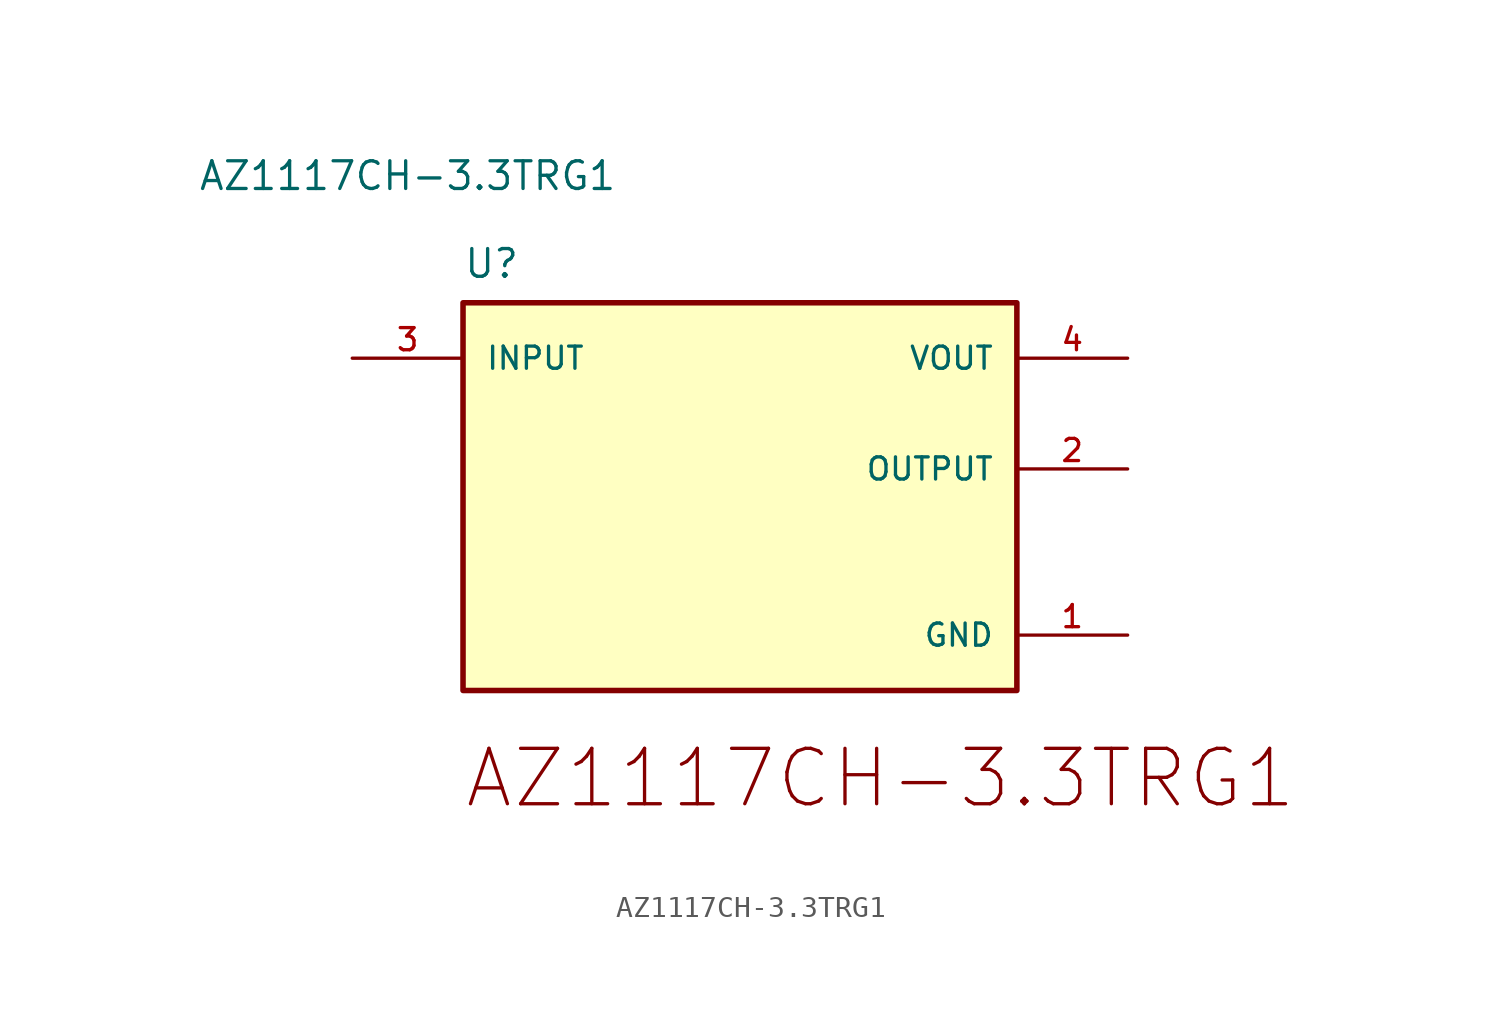
<source format=kicad_sym>
(kicad_symbol_lib
  (version 20211014)
  (generator kicad_symbol_editor)
  (symbol "AZ1117CH-3.3TRG1"
    (pin_names
      (offset 1.016))
    (property "Reference" "U"
      (at 2.54 -2.54 0)
      (effects (font (size 1.27 1.27)) (justify top left)))
    (property "Value" "AZ1117CH-3.3TRG1"
      (at 0 0.0 0)
      (effects (font (size 1.27 1.27)) (justify bottom)))
    (symbol "AZ1117CH-3.3TRG1_0_0"
      (text "AZ1117CH-3.3TRG1" (at 2.54 -25.4 0) (effects (font (size 2.54 2.54)) (justify top left)))
      (rectangle (start 2.54 -22.86) (end 27.94 -5.08) (stroke (width 0.254)) (fill (type background)))
      (pin power_in line (at -2.54 -7.62 0) (length 5.08) (name "INPUT" (effects (font (size 1.016 1.016)))) (number "3" (effects (font (size 1.016 1.016)))))
      (pin power_in line (at 33.02 -20.32 180.0) (length 5.08) (name "GND" (effects (font (size 1.016 1.016)))) (number "1" (effects (font (size 1.016 1.016)))))
      (pin power_in line (at 33.02 -12.7 180.0) (length 5.08) (name "OUTPUT" (effects (font (size 1.016 1.016)))) (number "2" (effects (font (size 1.016 1.016)))))
      (pin power_in line (at 33.02 -7.62 180.0) (length 5.08) (name "VOUT" (effects (font (size 1.016 1.016)))) (number "4" (effects (font (size 1.016 1.016))))))))
</source>
